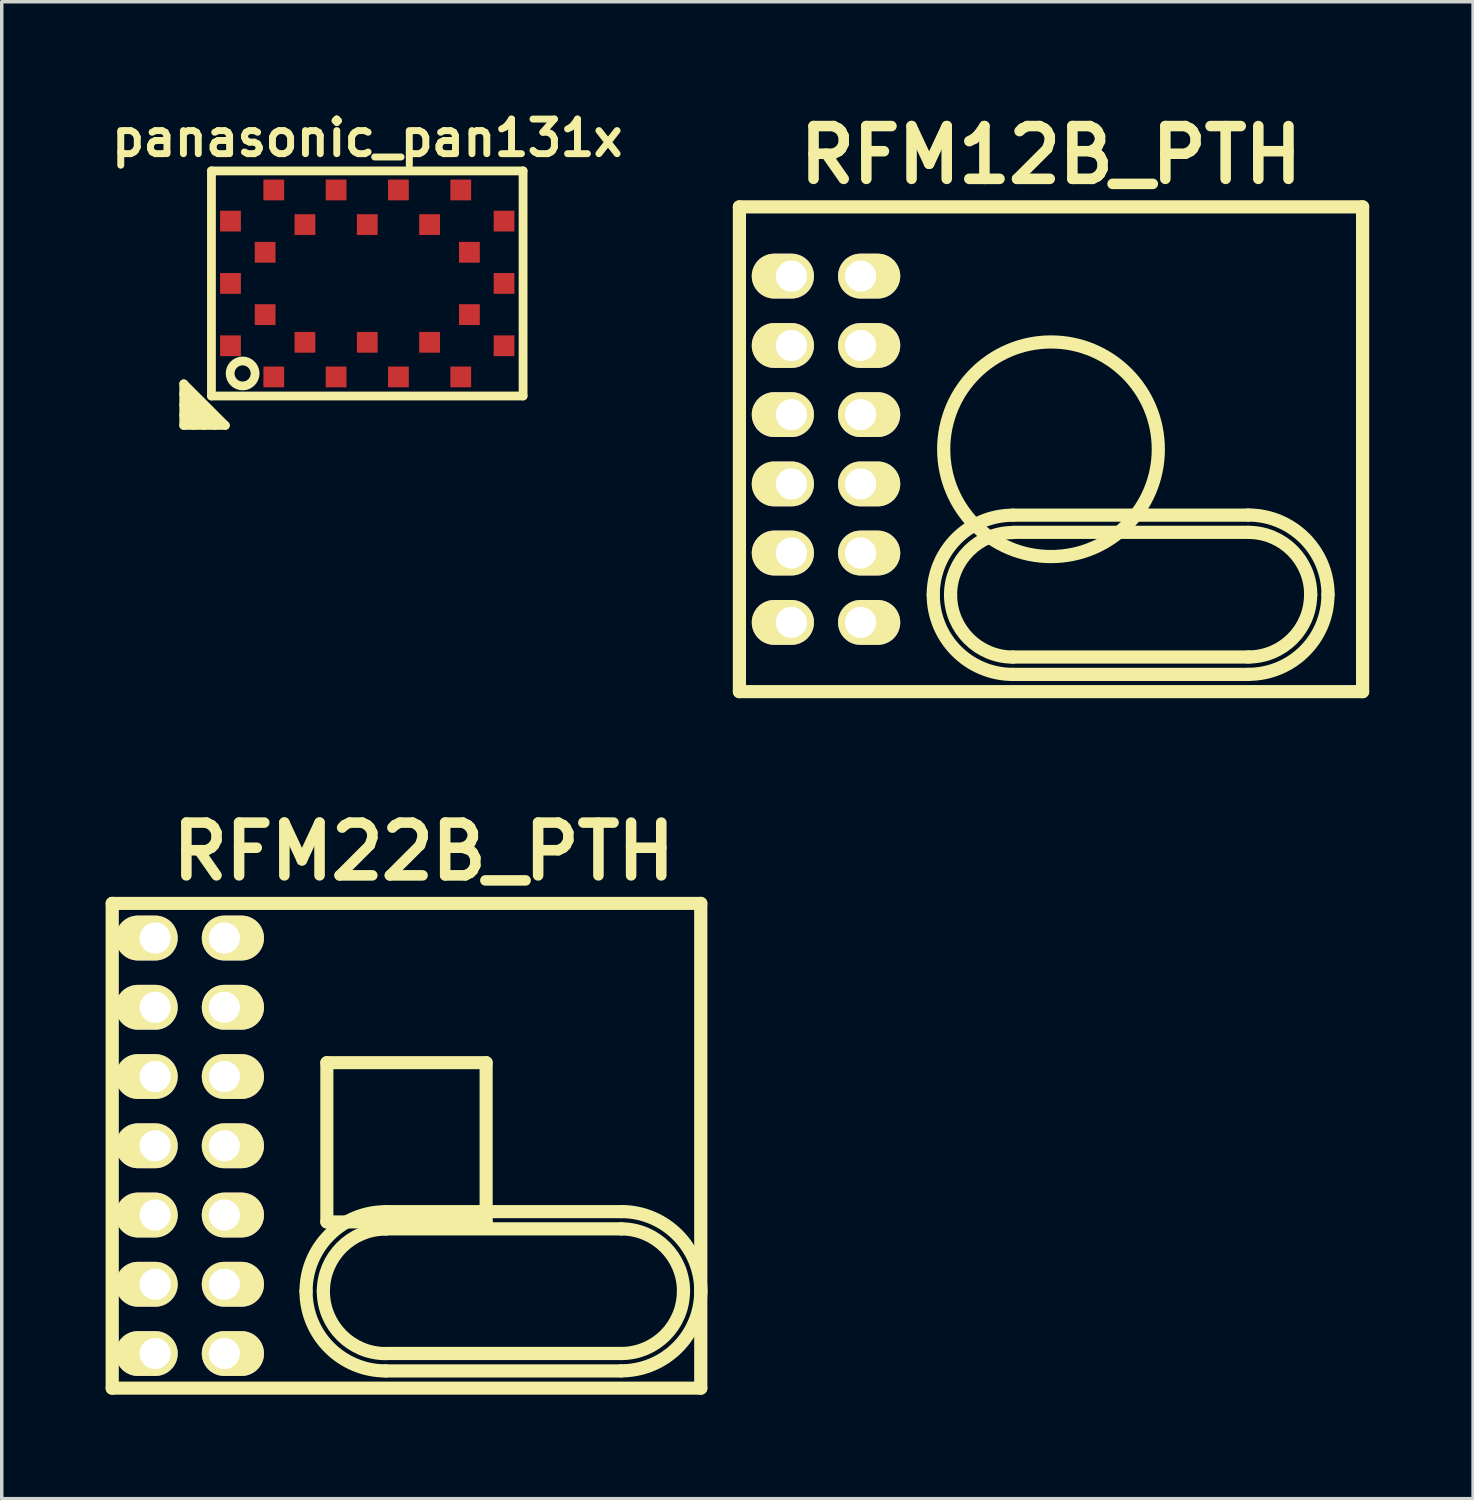
<source format=kicad_pcb>
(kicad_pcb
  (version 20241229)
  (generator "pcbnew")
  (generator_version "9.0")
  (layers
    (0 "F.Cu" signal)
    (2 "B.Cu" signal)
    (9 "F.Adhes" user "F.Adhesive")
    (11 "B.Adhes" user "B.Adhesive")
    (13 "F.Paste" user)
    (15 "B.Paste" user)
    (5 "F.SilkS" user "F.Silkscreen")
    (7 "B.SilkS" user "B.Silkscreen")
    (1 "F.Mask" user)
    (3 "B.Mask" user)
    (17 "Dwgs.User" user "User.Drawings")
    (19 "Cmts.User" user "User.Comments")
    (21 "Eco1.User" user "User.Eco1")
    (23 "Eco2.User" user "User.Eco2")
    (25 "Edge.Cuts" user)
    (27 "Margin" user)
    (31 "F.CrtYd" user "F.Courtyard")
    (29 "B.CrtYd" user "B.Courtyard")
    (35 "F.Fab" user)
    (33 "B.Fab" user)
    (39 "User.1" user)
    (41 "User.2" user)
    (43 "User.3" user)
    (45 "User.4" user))
  (footprint "RFM22B_PTH"
    (layer "F.Cu")
    (at 9.19 30.041)
    (property "Reference" "RFM22B_PTH" (at 0 -8.499 0) (layer "F.SilkS") (effects (font (size 1.524 1.524) (thickness 0.305))))
    (attr through_hole)
    (fp_line (start -9 -7) (end 8 -7) (stroke (width 0.378) (type solid)) (layer "F.SilkS"))
    (fp_line (start -9 7) (end 8 7) (stroke (width 0.378) (type solid)) (layer "F.SilkS"))
    (fp_line (start -8.999 7) (end -8.999 -7) (stroke (width 0.381) (type solid)) (layer "F.SilkS"))
    (fp_line (start -2.8 -2.4) (end -2.8 2.2) (stroke (width 0.378) (type solid)) (layer "F.SilkS"))
    (fp_line (start -2.8 -2.4) (end 1.8 -2.4) (stroke (width 0.378) (type solid)) (layer "F.SilkS"))
    (fp_line (start -1.102 1.902) (end 5.697 1.902) (stroke (width 0.381) (type solid)) (layer "F.SilkS"))
    (fp_line (start -1.102 2.4) (end 5.7 2.4) (stroke (width 0.381) (type solid)) (layer "F.SilkS"))
    (fp_line (start -1.102 6.502) (end 5.697 6.502) (stroke (width 0.381) (type solid)) (layer "F.SilkS"))
    (fp_line (start 1.8 -2.4) (end 1.8 2.2) (stroke (width 0.378) (type solid)) (layer "F.SilkS"))
    (fp_line (start 1.8 2.2) (end -2.8 2.2) (stroke (width 0.378) (type solid)) (layer "F.SilkS"))
    (fp_line (start 5.7 5.999) (end -1.102 5.999) (stroke (width 0.381) (type solid)) (layer "F.SilkS"))
    (fp_line (start 7.999 -7) (end 7.999 7) (stroke (width 0.381) (type solid)) (layer "F.SilkS"))
    (fp_arc (start -3.40106 4.2037) (mid -2.727786 2.578274) (end -1.10236 1.905) (stroke (width 0.381) (type solid)) (layer "F.SilkS"))
    (fp_arc (start -2.90068 4.2037) (mid -2.373964 2.932096) (end -1.10236 2.40538) (stroke (width 0.381) (type solid)) (layer "F.SilkS"))
    (fp_arc (start -1.10236 6.00202) (mid -2.373964 5.475304) (end -2.90068 4.2037) (stroke (width 0.381) (type solid)) (layer "F.SilkS"))
    (fp_arc (start -1.10236 6.5024) (mid -2.727786 5.829126) (end -3.40106 4.2037) (stroke (width 0.381) (type solid)) (layer "F.SilkS"))
    (fp_arc (start 5.69976 1.89992) (mid 7.326982 2.573938) (end 8.001 4.20116) (stroke (width 0.381) (type solid)) (layer "F.SilkS"))
    (fp_arc (start 5.69976 2.4003) (mid 6.97316 2.92776) (end 7.50062 4.20116) (stroke (width 0.381) (type solid)) (layer "F.SilkS"))
    (fp_arc (start 7.49808 4.20116) (mid 6.971364 5.472764) (end 5.69976 5.99948) (stroke (width 0.381) (type solid)) (layer "F.SilkS"))
    (fp_arc (start 7.99846 4.20116) (mid 7.325186 5.826586) (end 5.69976 6.49986) (stroke (width 0.381) (type solid)) (layer "F.SilkS"))
    (pad "3" thru_hole oval (at -7.76 -6) (size 1.796 1.295) (drill 0.899 (offset -0.246 0)) (layers "*.Cu" "*.Mask" "F.SilkS"))
    (pad "4" thru_hole oval (at -5.76 -6) (size 1.796 1.295) (drill 0.899 (offset 0.246 0)) (layers "*.Cu" "*.Mask" "F.SilkS"))
    (pad "5" thru_hole oval (at -5.76 -4) (size 1.796 1.295) (drill 0.899 (offset 0.246 0)) (layers "*.Cu" "*.Mask" "F.SilkS"))
    (pad "6" thru_hole oval (at -7.76 -2) (size 1.796 1.295) (drill 0.899 (offset -0.246 0)) (layers "*.Cu" "*.Mask" "F.SilkS"))
    (pad "7" thru_hole oval (at -5.76 -2) (size 1.796 1.295) (drill 0.899 (offset 0.246 0)) (layers "*.Cu" "*.Mask" "F.SilkS"))
    (pad "8" thru_hole oval (at -7.76 0) (size 1.796 1.295) (drill 0.899 (offset -0.246 0)) (layers "*.Cu" "*.Mask" "F.SilkS"))
    (pad "9" thru_hole oval (at -7.76 -4) (size 1.796 1.295) (drill 0.899 (offset -0.246 0)) (layers "*.Cu" "*.Mask" "F.SilkS"))
    (pad "10" thru_hole oval (at -5.76 0) (size 1.796 1.295) (drill 0.899 (offset 0.246 0)) (layers "*.Cu" "*.Mask" "F.SilkS"))
    (pad "11" thru_hole oval (at -7.76 2) (size 1.796 1.295) (drill 0.899 (offset -0.246 0)) (layers "*.Cu" "*.Mask" "F.SilkS"))
    (pad "12" thru_hole oval (at -5.76 2) (size 1.796 1.295) (drill 0.899 (offset 0.246 0)) (layers "*.Cu" "*.Mask" "F.SilkS"))
    (pad "13" thru_hole oval (at -7.76 4) (size 1.796 1.295) (drill 0.899 (offset -0.246 0)) (layers "*.Cu" "*.Mask" "F.SilkS"))
    (pad "14" thru_hole oval (at -5.76 4) (size 1.796 1.295) (drill 0.899 (offset 0.246 0)) (layers "*.Cu" "*.Mask" "F.SilkS"))
    (pad "15" thru_hole oval (at -7.76 6) (size 1.796 1.295) (drill 0.899 (offset -0.246 0)) (layers "*.Cu" "*.Mask" "F.SilkS"))
    (pad "16" thru_hole oval (at -5.76 6) (size 1.796 1.295) (drill 0.899 (offset 0.246 0)) (layers "*.Cu" "*.Mask" "F.SilkS")))
  (footprint "RFM12B_PTH"
    (layer "F.Cu")
    (at 27.304 9.925)
    (property "Reference" "RFM12B_PTH" (at 0 -8.499 0) (layer "F.SilkS") (effects (font (size 1.524 1.524) (thickness 0.305))))
    (attr through_hole)
    (fp_line (start -8.999 -7) (end 8.999 -7) (stroke (width 0.381) (type solid)) (layer "F.SilkS"))
    (fp_line (start -8.999 7) (end -8.999 -7) (stroke (width 0.381) (type solid)) (layer "F.SilkS"))
    (fp_line (start -1.102 1.902) (end 5.697 1.902) (stroke (width 0.381) (type solid)) (layer "F.SilkS"))
    (fp_line (start -1.102 2.4) (end 5.7 2.4) (stroke (width 0.381) (type solid)) (layer "F.SilkS"))
    (fp_line (start -1.102 6.502) (end 5.697 6.502) (stroke (width 0.381) (type solid)) (layer "F.SilkS"))
    (fp_line (start 5.7 5.999) (end -1.102 5.999) (stroke (width 0.381) (type solid)) (layer "F.SilkS"))
    (fp_line (start 8.999 -7) (end 8.999 7) (stroke (width 0.381) (type solid)) (layer "F.SilkS"))
    (fp_line (start 8.999 7) (end -8.999 7) (stroke (width 0.381) (type solid)) (layer "F.SilkS"))
    (fp_arc (start -3.40106 4.2037) (mid -2.727786 2.578274) (end -1.10236 1.905) (stroke (width 0.381) (type solid)) (layer "F.SilkS"))
    (fp_arc (start -2.90068 4.2037) (mid -2.373964 2.932096) (end -1.10236 2.40538) (stroke (width 0.381) (type solid)) (layer "F.SilkS"))
    (fp_arc (start -1.10236 6.00202) (mid -2.373964 5.475304) (end -2.90068 4.2037) (stroke (width 0.381) (type solid)) (layer "F.SilkS"))
    (fp_arc (start -1.10236 6.5024) (mid -2.727786 5.829126) (end -3.40106 4.2037) (stroke (width 0.381) (type solid)) (layer "F.SilkS"))
    (fp_arc (start 5.69976 1.89992) (mid 7.326982 2.573938) (end 8.001 4.20116) (stroke (width 0.381) (type solid)) (layer "F.SilkS"))
    (fp_arc (start 5.69976 2.4003) (mid 6.97316 2.92776) (end 7.50062 4.20116) (stroke (width 0.381) (type solid)) (layer "F.SilkS"))
    (fp_arc (start 7.49808 4.20116) (mid 6.971364 5.472764) (end 5.69976 5.99948) (stroke (width 0.381) (type solid)) (layer "F.SilkS"))
    (fp_arc (start 7.99846 4.20116) (mid 7.325186 5.826586) (end 5.69976 6.49986) (stroke (width 0.381) (type solid)) (layer "F.SilkS"))
    (fp_circle (center 0 0) (end 0 3.099) (stroke (width 0.381) (type solid)) (fill no) (layer "F.SilkS"))
    (pad "1" thru_hole oval (at -5.499 -1.001) (size 1.796 1.295) (drill 0.899 (offset 0.246 0)) (layers "*.Cu" "*.Mask" "F.SilkS"))
    (pad "2" thru_hole oval (at -7.498 1.001) (size 1.796 1.295) (drill 0.899 (offset -0.246 0)) (layers "*.Cu" "*.Mask" "F.SilkS"))
    (pad "3" thru_hole oval (at -5.499 1.001) (size 1.796 1.295) (drill 0.899 (offset 0.246 0)) (layers "*.Cu" "*.Mask" "F.SilkS"))
    (pad "4" thru_hole oval (at -7.498 2.997) (size 1.796 1.295) (drill 0.899 (offset -0.246 0)) (layers "*.Cu" "*.Mask" "F.SilkS"))
    (pad "5" thru_hole oval (at -5.499 2.997) (size 1.796 1.295) (drill 0.899 (offset 0.246 0)) (layers "*.Cu" "*.Mask" "F.SilkS"))
    (pad "6" thru_hole oval (at -7.498 5.001) (size 1.796 1.295) (drill 0.899 (offset -0.246 0)) (layers "*.Cu" "*.Mask" "F.SilkS"))
    (pad "7" thru_hole oval (at -5.499 5.001) (size 1.796 1.295) (drill 0.899 (offset 0.246 0)) (layers "*.Cu" "*.Mask" "F.SilkS"))
    (pad "9" thru_hole oval (at -5.499 -5.001) (size 1.796 1.295) (drill 0.899 (offset 0.246 0)) (layers "*.Cu" "*.Mask" "F.SilkS"))
    (pad "11" thru_hole oval (at -7.498 -5.001) (size 1.796 1.295) (drill 0.899 (offset -0.246 0)) (layers "*.Cu" "*.Mask" "F.SilkS"))
    (pad "12" thru_hole oval (at -7.498 -2.997) (size 1.796 1.295) (drill 0.899 (offset -0.246 0)) (layers "*.Cu" "*.Mask" "F.SilkS"))
    (pad "13" thru_hole oval (at -5.499 -2.997) (size 1.796 1.295) (drill 0.899 (offset 0.246 0)) (layers "*.Cu" "*.Mask" "F.SilkS"))
    (pad "14" thru_hole oval (at -7.498 -1.001) (size 1.796 1.295) (drill 0.899 (offset -0.246 0)) (layers "*.Cu" "*.Mask" "F.SilkS")))
  (footprint "panasonic_pan131x"
    (layer "F.Cu")
    (at 7.557 5.136)
    (property "Reference" "panasonic_pan131x" (at 0 -4.2 0) (layer "F.SilkS") (effects (font (size 1 1) (thickness 0.2))))
    (attr through_hole)
    (fp_line (start -5.3 2.9) (end -4.1 4.1) (stroke (width 0.254) (type solid)) (layer "F.SilkS"))
    (fp_line (start -5.3 3.2) (end -4.4 4.1) (stroke (width 0.254) (type solid)) (layer "F.SilkS"))
    (fp_line (start -5.3 3.8) (end -5 4.1) (stroke (width 0.254) (type solid)) (layer "F.SilkS"))
    (fp_line (start -5.3 4.1) (end -5.3 2.9) (stroke (width 0.254) (type solid)) (layer "F.SilkS"))
    (fp_line (start -5.3 4.1) (end -4.1 4.1) (stroke (width 0.254) (type solid)) (layer "F.SilkS"))
    (fp_line (start -4.7 4.1) (end -5.3 3.5) (stroke (width 0.254) (type solid)) (layer "F.SilkS"))
    (fp_line (start -4.5 -3.25) (end -4.5 3.25) (stroke (width 0.254) (type solid)) (layer "F.SilkS"))
    (fp_line (start -4.5 -3.25) (end 4.5 -3.25) (stroke (width 0.254) (type solid)) (layer "F.SilkS"))
    (fp_line (start -4.5 3.25) (end 4.5 3.25) (stroke (width 0.254) (type solid)) (layer "F.SilkS"))
    (fp_line (start 4.5 -3.25) (end 4.5 3.25) (stroke (width 0.254) (type solid)) (layer "F.SilkS"))
    (fp_circle (center -3.6 2.6) (end -3.8 2.9) (stroke (width 0.254) (type solid)) (fill no) (layer "F.SilkS"))
    (pad "1" smd rect (at -2.7 2.7) (size 0.6 0.6) (layers "F.Cu" "F.Mask" "F.Paste"))
    (pad "2" smd rect (at -1.8 1.7) (size 0.6 0.6) (layers "F.Cu" "F.Mask" "F.Paste"))
    (pad "3" smd rect (at -0.9 2.7) (size 0.6 0.6) (layers "F.Cu" "F.Mask" "F.Paste"))
    (pad "4" smd rect (at 0 1.7) (size 0.6 0.6) (layers "F.Cu" "F.Mask" "F.Paste"))
    (pad "5" smd rect (at 0.9 2.7) (size 0.6 0.6) (layers "F.Cu" "F.Mask" "F.Paste"))
    (pad "6" smd rect (at 1.8 1.7) (size 0.6 0.6) (layers "F.Cu" "F.Mask" "F.Paste"))
    (pad "7" smd rect (at 2.7 2.7) (size 0.6 0.6) (layers "F.Cu" "F.Mask" "F.Paste"))
    (pad "8" smd rect (at 3.95 1.8) (size 0.6 0.6) (layers "F.Cu" "F.Mask" "F.Paste"))
    (pad "9" smd rect (at 2.95 0.9) (size 0.6 0.6) (layers "F.Cu" "F.Mask" "F.Paste"))
    (pad "10" smd rect (at 3.95 0) (size 0.6 0.6) (layers "F.Cu" "F.Mask" "F.Paste"))
    (pad "11" smd rect (at 2.95 -0.9) (size 0.6 0.6) (layers "F.Cu" "F.Mask" "F.Paste"))
    (pad "12" smd rect (at 3.95 -1.8) (size 0.6 0.6) (layers "F.Cu" "F.Mask" "F.Paste"))
    (pad "13" smd rect (at 2.7 -2.7) (size 0.6 0.6) (layers "F.Cu" "F.Mask" "F.Paste"))
    (pad "14" smd rect (at 1.8 -1.7) (size 0.6 0.6) (layers "F.Cu" "F.Mask" "F.Paste"))
    (pad "15" smd rect (at 0.9 -2.7) (size 0.6 0.6) (layers "F.Cu" "F.Mask" "F.Paste"))
    (pad "16" smd rect (at 0 -1.7) (size 0.6 0.6) (layers "F.Cu" "F.Mask" "F.Paste"))
    (pad "17" smd rect (at -0.9 -2.7) (size 0.6 0.6) (layers "F.Cu" "F.Mask" "F.Paste"))
    (pad "18" smd rect (at -1.8 -1.7) (size 0.6 0.6) (layers "F.Cu" "F.Mask" "F.Paste"))
    (pad "19" smd rect (at -2.7 -2.7) (size 0.6 0.6) (layers "F.Cu" "F.Mask" "F.Paste"))
    (pad "20" smd rect (at -3.95 -1.8) (size 0.6 0.6) (layers "F.Cu" "F.Mask" "F.Paste"))
    (pad "21" smd rect (at -2.95 -0.9) (size 0.6 0.6) (layers "F.Cu" "F.Mask" "F.Paste"))
    (pad "22" smd rect (at -3.95 0) (size 0.6 0.6) (layers "F.Cu" "F.Mask" "F.Paste"))
    (pad "23" smd rect (at -2.95 0.9) (size 0.6 0.6) (layers "F.Cu" "F.Mask" "F.Paste"))
    (pad "24" smd rect (at -3.95 1.8) (size 0.6 0.6) (layers "F.Cu" "F.Mask" "F.Paste")))
  (gr_rect
    (start -3 -3)
    (end 39.494 40.232)
    (stroke (width 0.1) (type default))
    (fill no)
    (layer "Edge.Cuts")))
</source>
